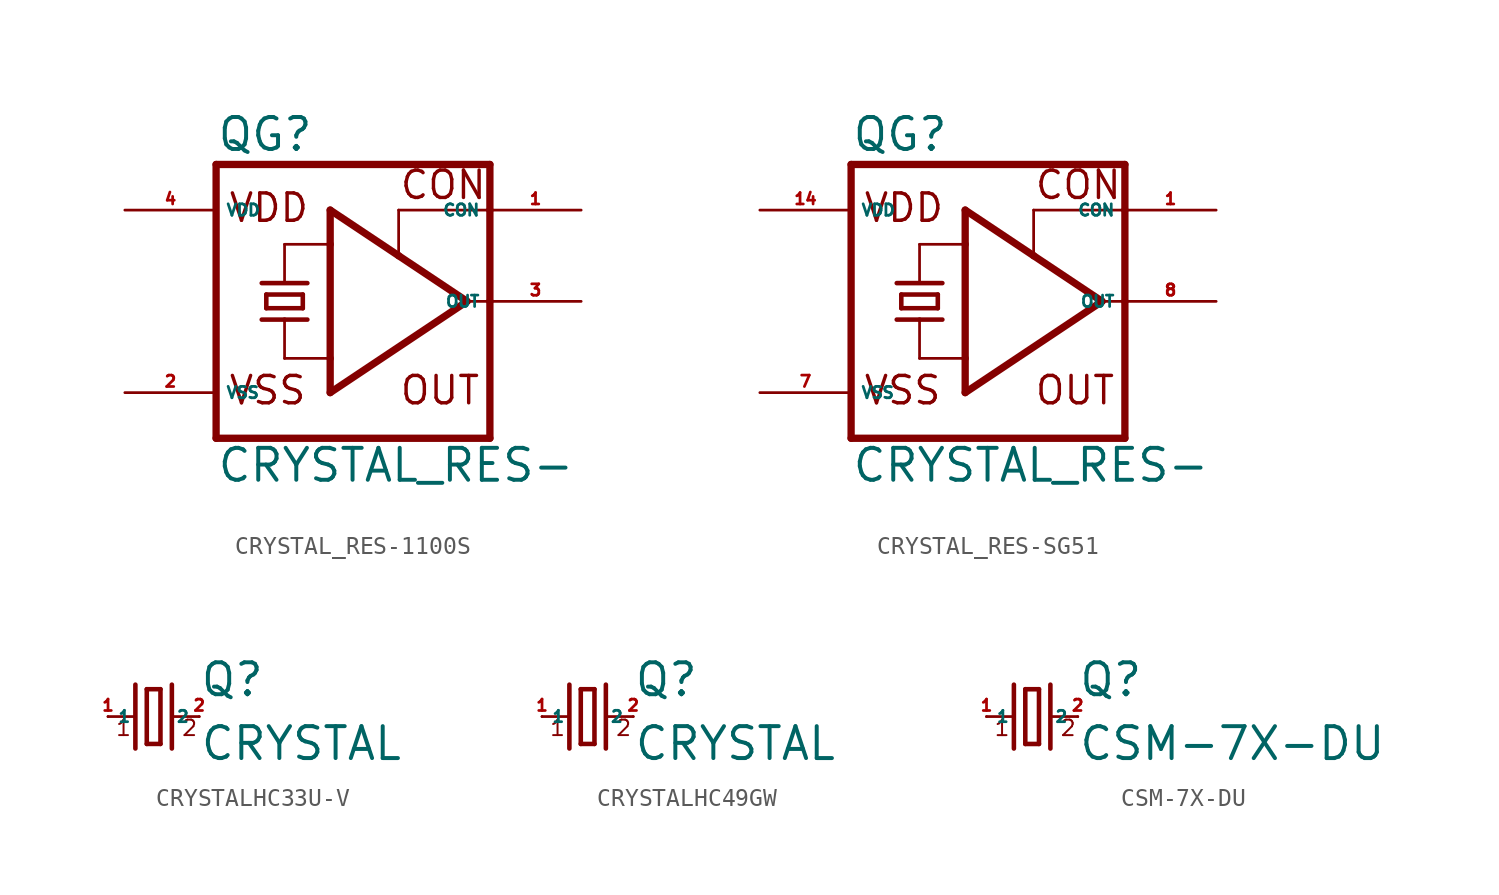
<source format=kicad_sym>
(kicad_symbol_lib
  (version 20220914)
  (generator Eagle2Kicad)
  (symbol "CRYSTAL_RES-1100S"
    (property "Reference" "QG"
      (at -7.62 8.255 0)
      (effects (font (size 1.778 1.778) (thickness 0.22)) (justify left bottom)))
    (property "Value" "CRYSTAL_RES-"
      (at -7.62 -10.16 0)
      (effects (font (size 1.778 1.778) (thickness 0.22)) (justify left bottom)))
    (polyline
      (pts (xy -7.62 7.62) (xy -7.62 -7.62))
      (stroke (width 0.406) (type default))
      (fill (type none)))
    (polyline
      (pts (xy 7.62 -7.62) (xy -7.62 -7.62))
      (stroke (width 0.406) (type default))
      (fill (type none)))
    (polyline
      (pts (xy 7.62 -7.62) (xy 7.62 0))
      (stroke (width 0.406) (type default))
      (fill (type none)))
    (polyline
      (pts (xy 7.62 0) (xy 7.62 5.08))
      (stroke (width 0.406) (type default))
      (fill (type none)))
    (polyline
      (pts (xy 7.62 5.08) (xy 7.62 7.62))
      (stroke (width 0.406) (type default))
      (fill (type none)))
    (polyline
      (pts (xy -7.62 7.62) (xy 7.62 7.62))
      (stroke (width 0.406) (type default))
      (fill (type none)))
    (polyline
      (pts (xy -1.27 5.08) (xy 2.54 2.54))
      (stroke (width 0.406) (type default))
      (fill (type none)))
    (polyline
      (pts (xy 2.54 2.54) (xy 6.35 0))
      (stroke (width 0.406) (type default))
      (fill (type none)))
    (polyline
      (pts (xy 6.35 0) (xy -1.27 -5.08))
      (stroke (width 0.406) (type default))
      (fill (type none)))
    (polyline
      (pts (xy -1.27 -5.08) (xy -1.27 -3.175))
      (stroke (width 0.406) (type default))
      (fill (type none)))
    (polyline
      (pts (xy -1.27 -3.175) (xy -1.27 3.175))
      (stroke (width 0.406) (type default))
      (fill (type none)))
    (polyline
      (pts (xy -1.27 3.175) (xy -1.27 5.08))
      (stroke (width 0.406) (type default))
      (fill (type none)))
    (polyline
      (pts (xy -3.81 3.175) (xy -1.27 3.175))
      (stroke (width 0.152) (type default))
      (fill (type none)))
    (polyline
      (pts (xy -3.81 -3.175) (xy -1.27 -3.175))
      (stroke (width 0.152) (type default))
      (fill (type none)))
    (polyline
      (pts (xy 6.35 0) (xy 7.62 0))
      (stroke (width 0.152) (type default))
      (fill (type none)))
    (polyline
      (pts (xy 7.62 5.08) (xy 2.54 5.08))
      (stroke (width 0.152) (type default))
      (fill (type none)))
    (polyline
      (pts (xy 2.54 5.08) (xy 2.54 2.54))
      (stroke (width 0.152) (type default))
      (fill (type none)))
    (polyline
      (pts (xy -4.826 -0.381) (xy -4.826 0.381))
      (stroke (width 0.254) (type default))
      (fill (type none)))
    (polyline
      (pts (xy -4.826 0.381) (xy -2.794 0.381))
      (stroke (width 0.254) (type default))
      (fill (type none)))
    (polyline
      (pts (xy -2.794 0.381) (xy -2.794 -0.381))
      (stroke (width 0.254) (type default))
      (fill (type none)))
    (polyline
      (pts (xy -4.826 -0.381) (xy -2.794 -0.381))
      (stroke (width 0.254) (type default))
      (fill (type none)))
    (polyline
      (pts (xy -5.08 -1.016) (xy -3.81 -1.016))
      (stroke (width 0.254) (type default))
      (fill (type none)))
    (polyline
      (pts (xy -3.81 -1.016) (xy -2.54 -1.016))
      (stroke (width 0.254) (type default))
      (fill (type none)))
    (polyline
      (pts (xy -3.81 1.016) (xy -3.81 3.175))
      (stroke (width 0.152) (type default))
      (fill (type none)))
    (polyline
      (pts (xy -3.81 -3.175) (xy -3.81 -1.016))
      (stroke (width 0.152) (type default))
      (fill (type none)))
    (polyline
      (pts (xy -5.08 1.016) (xy -2.54 1.016))
      (stroke (width 0.254) (type default))
      (fill (type none)))
    (text "VDD"
      (at -6.985 4.318 0)
      (effects (font (size 1.524 1.524) (thickness 0.19)) (justify left bottom)))
    (text "VSS"
      (at -6.985 -5.842 0)
      (effects (font (size 1.524 1.524) (thickness 0.19)) (justify left bottom)))
    (text "OUT"
      (at 2.54 -5.842 0)
      (effects (font (size 1.524 1.524) (thickness 0.19)) (justify left bottom)))
    (text "CON"
      (at 2.54 5.588 0)
      (effects (font (size 1.524 1.524) (thickness 0.19)) (justify left bottom)))
    (pin unspecified line
      (at -12.7 -5.08 0)
      (length 5.08)
      (name "VSS" (effects (font (size 0.635 0.635) (thickness 0.08)) (justify left bottom)))
      (number "2" (effects (font (size 0.635 0.635) (thickness 0.08)) (justify left bottom))))
    (pin unspecified line
      (at -12.7 5.08 0)
      (length 5.08)
      (name "VDD" (effects (font (size 0.635 0.635) (thickness 0.08)) (justify left bottom)))
      (number "4" (effects (font (size 0.635 0.635) (thickness 0.08)) (justify left bottom))))
    (pin output line
      (at 12.7 0 180)
      (length 5.08)
      (name "OUT" (effects (font (size 0.635 0.635) (thickness 0.08)) (justify left bottom)))
      (number "3" (effects (font (size 0.635 0.635) (thickness 0.08)) (justify left bottom))))
    (pin input line
      (at 12.7 5.08 180)
      (length 5.08)
      (name "CON" (effects (font (size 0.635 0.635) (thickness 0.08)) (justify left bottom)))
      (number "1" (effects (font (size 0.635 0.635) (thickness 0.08)) (justify left bottom)))))
  (symbol "CRYSTAL_RES-SG51"
    (property "Reference" "QG"
      (at -7.62 8.255 0)
      (effects (font (size 1.778 1.778) (thickness 0.22)) (justify left bottom)))
    (property "Value" "CRYSTAL_RES-"
      (at -7.62 -10.16 0)
      (effects (font (size 1.778 1.778) (thickness 0.22)) (justify left bottom)))
    (polyline
      (pts (xy -7.62 7.62) (xy -7.62 -7.62))
      (stroke (width 0.406) (type default))
      (fill (type none)))
    (polyline
      (pts (xy 7.62 -7.62) (xy -7.62 -7.62))
      (stroke (width 0.406) (type default))
      (fill (type none)))
    (polyline
      (pts (xy 7.62 -7.62) (xy 7.62 0))
      (stroke (width 0.406) (type default))
      (fill (type none)))
    (polyline
      (pts (xy 7.62 0) (xy 7.62 5.08))
      (stroke (width 0.406) (type default))
      (fill (type none)))
    (polyline
      (pts (xy 7.62 5.08) (xy 7.62 7.62))
      (stroke (width 0.406) (type default))
      (fill (type none)))
    (polyline
      (pts (xy -7.62 7.62) (xy 7.62 7.62))
      (stroke (width 0.406) (type default))
      (fill (type none)))
    (polyline
      (pts (xy -1.27 5.08) (xy 2.54 2.54))
      (stroke (width 0.406) (type default))
      (fill (type none)))
    (polyline
      (pts (xy 2.54 2.54) (xy 6.35 0))
      (stroke (width 0.406) (type default))
      (fill (type none)))
    (polyline
      (pts (xy 6.35 0) (xy -1.27 -5.08))
      (stroke (width 0.406) (type default))
      (fill (type none)))
    (polyline
      (pts (xy -1.27 -5.08) (xy -1.27 -3.175))
      (stroke (width 0.406) (type default))
      (fill (type none)))
    (polyline
      (pts (xy -1.27 -3.175) (xy -1.27 3.175))
      (stroke (width 0.406) (type default))
      (fill (type none)))
    (polyline
      (pts (xy -1.27 3.175) (xy -1.27 5.08))
      (stroke (width 0.406) (type default))
      (fill (type none)))
    (polyline
      (pts (xy -3.81 3.175) (xy -1.27 3.175))
      (stroke (width 0.152) (type default))
      (fill (type none)))
    (polyline
      (pts (xy -3.81 -3.175) (xy -1.27 -3.175))
      (stroke (width 0.152) (type default))
      (fill (type none)))
    (polyline
      (pts (xy 6.35 0) (xy 7.62 0))
      (stroke (width 0.152) (type default))
      (fill (type none)))
    (polyline
      (pts (xy 7.62 5.08) (xy 2.54 5.08))
      (stroke (width 0.152) (type default))
      (fill (type none)))
    (polyline
      (pts (xy 2.54 5.08) (xy 2.54 2.54))
      (stroke (width 0.152) (type default))
      (fill (type none)))
    (polyline
      (pts (xy -4.826 -0.381) (xy -4.826 0.381))
      (stroke (width 0.254) (type default))
      (fill (type none)))
    (polyline
      (pts (xy -4.826 0.381) (xy -2.794 0.381))
      (stroke (width 0.254) (type default))
      (fill (type none)))
    (polyline
      (pts (xy -2.794 0.381) (xy -2.794 -0.381))
      (stroke (width 0.254) (type default))
      (fill (type none)))
    (polyline
      (pts (xy -4.826 -0.381) (xy -2.794 -0.381))
      (stroke (width 0.254) (type default))
      (fill (type none)))
    (polyline
      (pts (xy -5.08 -1.016) (xy -3.81 -1.016))
      (stroke (width 0.254) (type default))
      (fill (type none)))
    (polyline
      (pts (xy -3.81 -1.016) (xy -2.54 -1.016))
      (stroke (width 0.254) (type default))
      (fill (type none)))
    (polyline
      (pts (xy -3.81 1.016) (xy -3.81 3.175))
      (stroke (width 0.152) (type default))
      (fill (type none)))
    (polyline
      (pts (xy -3.81 -3.175) (xy -3.81 -1.016))
      (stroke (width 0.152) (type default))
      (fill (type none)))
    (polyline
      (pts (xy -5.08 1.016) (xy -2.54 1.016))
      (stroke (width 0.254) (type default))
      (fill (type none)))
    (text "VDD"
      (at -6.985 4.318 0)
      (effects (font (size 1.524 1.524) (thickness 0.19)) (justify left bottom)))
    (text "VSS"
      (at -6.985 -5.842 0)
      (effects (font (size 1.524 1.524) (thickness 0.19)) (justify left bottom)))
    (text "OUT"
      (at 2.54 -5.842 0)
      (effects (font (size 1.524 1.524) (thickness 0.19)) (justify left bottom)))
    (text "CON"
      (at 2.54 5.588 0)
      (effects (font (size 1.524 1.524) (thickness 0.19)) (justify left bottom)))
    (pin unspecified line
      (at -12.7 -5.08 0)
      (length 5.08)
      (name "VSS" (effects (font (size 0.635 0.635) (thickness 0.08)) (justify left bottom)))
      (number "7" (effects (font (size 0.635 0.635) (thickness 0.08)) (justify left bottom))))
    (pin unspecified line
      (at -12.7 5.08 0)
      (length 5.08)
      (name "VDD" (effects (font (size 0.635 0.635) (thickness 0.08)) (justify left bottom)))
      (number "14" (effects (font (size 0.635 0.635) (thickness 0.08)) (justify left bottom))))
    (pin output line
      (at 12.7 0 180)
      (length 5.08)
      (name "OUT" (effects (font (size 0.635 0.635) (thickness 0.08)) (justify left bottom)))
      (number "8" (effects (font (size 0.635 0.635) (thickness 0.08)) (justify left bottom))))
    (pin input line
      (at 12.7 5.08 180)
      (length 5.08)
      (name "CON" (effects (font (size 0.635 0.635) (thickness 0.08)) (justify left bottom)))
      (number "1" (effects (font (size 0.635 0.635) (thickness 0.08)) (justify left bottom)))))
  (symbol "CRYSTALHC33U-V"
    (property "Reference" "Q"
      (at 2.54 1.016 0)
      (effects (font (size 1.778 1.778) (thickness 0.22)) (justify left bottom)))
    (property "Value" "CRYSTAL"
      (at 2.54 -2.54 0)
      (effects (font (size 1.778 1.778) (thickness 0.22)) (justify left bottom)))
    (polyline
      (pts (xy 1.016 0) (xy 2.54 0))
      (stroke (width 0.152) (type default))
      (fill (type none)))
    (polyline
      (pts (xy -2.54 0) (xy -1.016 0))
      (stroke (width 0.152) (type default))
      (fill (type none)))
    (polyline
      (pts (xy -0.381 1.524) (xy -0.381 -1.524))
      (stroke (width 0.254) (type default))
      (fill (type none)))
    (polyline
      (pts (xy -0.381 -1.524) (xy 0.381 -1.524))
      (stroke (width 0.254) (type default))
      (fill (type none)))
    (polyline
      (pts (xy 0.381 -1.524) (xy 0.381 1.524))
      (stroke (width 0.254) (type default))
      (fill (type none)))
    (polyline
      (pts (xy 0.381 1.524) (xy -0.381 1.524))
      (stroke (width 0.254) (type default))
      (fill (type none)))
    (polyline
      (pts (xy 1.016 1.778) (xy 1.016 -1.778))
      (stroke (width 0.254) (type default))
      (fill (type none)))
    (polyline
      (pts (xy -1.016 1.778) (xy -1.016 -1.778))
      (stroke (width 0.254) (type default))
      (fill (type none)))
    (text "1"
      (at -2.159 -1.143 0)
      (effects (font (size 0.864 0.864) (thickness 0.11)) (justify left bottom)))
    (text "2"
      (at 1.524 -1.143 0)
      (effects (font (size 0.864 0.864) (thickness 0.11)) (justify left bottom)))
    (pin passive line
      (at 2.54 0 180)
      (length 0)
      (name "2" (effects (font (size 0.635 0.635) (thickness 0.08)) (justify left bottom)))
      (number "2" (effects (font (size 0.635 0.635) (thickness 0.08)) (justify left bottom))))
    (pin passive line
      (at -2.54 0 0)
      (length 0)
      (name "1" (effects (font (size 0.635 0.635) (thickness 0.08)) (justify left bottom)))
      (number "1" (effects (font (size 0.635 0.635) (thickness 0.08)) (justify left bottom)))))
  (symbol "CRYSTALHC49GW"
    (property "Reference" "Q"
      (at 2.54 1.016 0)
      (effects (font (size 1.778 1.778) (thickness 0.22)) (justify left bottom)))
    (property "Value" "CRYSTAL"
      (at 2.54 -2.54 0)
      (effects (font (size 1.778 1.778) (thickness 0.22)) (justify left bottom)))
    (polyline
      (pts (xy 1.016 0) (xy 2.54 0))
      (stroke (width 0.152) (type default))
      (fill (type none)))
    (polyline
      (pts (xy -2.54 0) (xy -1.016 0))
      (stroke (width 0.152) (type default))
      (fill (type none)))
    (polyline
      (pts (xy -0.381 1.524) (xy -0.381 -1.524))
      (stroke (width 0.254) (type default))
      (fill (type none)))
    (polyline
      (pts (xy -0.381 -1.524) (xy 0.381 -1.524))
      (stroke (width 0.254) (type default))
      (fill (type none)))
    (polyline
      (pts (xy 0.381 -1.524) (xy 0.381 1.524))
      (stroke (width 0.254) (type default))
      (fill (type none)))
    (polyline
      (pts (xy 0.381 1.524) (xy -0.381 1.524))
      (stroke (width 0.254) (type default))
      (fill (type none)))
    (polyline
      (pts (xy 1.016 1.778) (xy 1.016 -1.778))
      (stroke (width 0.254) (type default))
      (fill (type none)))
    (polyline
      (pts (xy -1.016 1.778) (xy -1.016 -1.778))
      (stroke (width 0.254) (type default))
      (fill (type none)))
    (text "1"
      (at -2.159 -1.143 0)
      (effects (font (size 0.864 0.864) (thickness 0.11)) (justify left bottom)))
    (text "2"
      (at 1.524 -1.143 0)
      (effects (font (size 0.864 0.864) (thickness 0.11)) (justify left bottom)))
    (pin passive line
      (at 2.54 0 180)
      (length 0)
      (name "2" (effects (font (size 0.635 0.635) (thickness 0.08)) (justify left bottom)))
      (number "2" (effects (font (size 0.635 0.635) (thickness 0.08)) (justify left bottom))))
    (pin passive line
      (at -2.54 0 0)
      (length 0)
      (name "1" (effects (font (size 0.635 0.635) (thickness 0.08)) (justify left bottom)))
      (number "1" (effects (font (size 0.635 0.635) (thickness 0.08)) (justify left bottom)))))
  (symbol "CSM-7X-DU"
    (property "Reference" "Q"
      (at 2.54 1.016 0)
      (effects (font (size 1.778 1.778) (thickness 0.22)) (justify left bottom)))
    (property "Value" "CSM-7X-DU"
      (at 2.54 -2.54 0)
      (effects (font (size 1.778 1.778) (thickness 0.22)) (justify left bottom)))
    (polyline
      (pts (xy 1.016 0) (xy 2.54 0))
      (stroke (width 0.152) (type default))
      (fill (type none)))
    (polyline
      (pts (xy -2.54 0) (xy -1.016 0))
      (stroke (width 0.152) (type default))
      (fill (type none)))
    (polyline
      (pts (xy -0.381 1.524) (xy -0.381 -1.524))
      (stroke (width 0.254) (type default))
      (fill (type none)))
    (polyline
      (pts (xy -0.381 -1.524) (xy 0.381 -1.524))
      (stroke (width 0.254) (type default))
      (fill (type none)))
    (polyline
      (pts (xy 0.381 -1.524) (xy 0.381 1.524))
      (stroke (width 0.254) (type default))
      (fill (type none)))
    (polyline
      (pts (xy 0.381 1.524) (xy -0.381 1.524))
      (stroke (width 0.254) (type default))
      (fill (type none)))
    (polyline
      (pts (xy 1.016 1.778) (xy 1.016 -1.778))
      (stroke (width 0.254) (type default))
      (fill (type none)))
    (polyline
      (pts (xy -1.016 1.778) (xy -1.016 -1.778))
      (stroke (width 0.254) (type default))
      (fill (type none)))
    (text "1"
      (at -2.159 -1.143 0)
      (effects (font (size 0.864 0.864) (thickness 0.11)) (justify left bottom)))
    (text "2"
      (at 1.524 -1.143 0)
      (effects (font (size 0.864 0.864) (thickness 0.11)) (justify left bottom)))
    (pin passive line
      (at 2.54 0 180)
      (length 0)
      (name "2" (effects (font (size 0.635 0.635) (thickness 0.08)) (justify left bottom)))
      (number "2" (effects (font (size 0.635 0.635) (thickness 0.08)) (justify left bottom))))
    (pin passive line
      (at -2.54 0 0)
      (length 0)
      (name "1" (effects (font (size 0.635 0.635) (thickness 0.08)) (justify left bottom)))
      (number "1" (effects (font (size 0.635 0.635) (thickness 0.08)) (justify left bottom))))))
</source>
